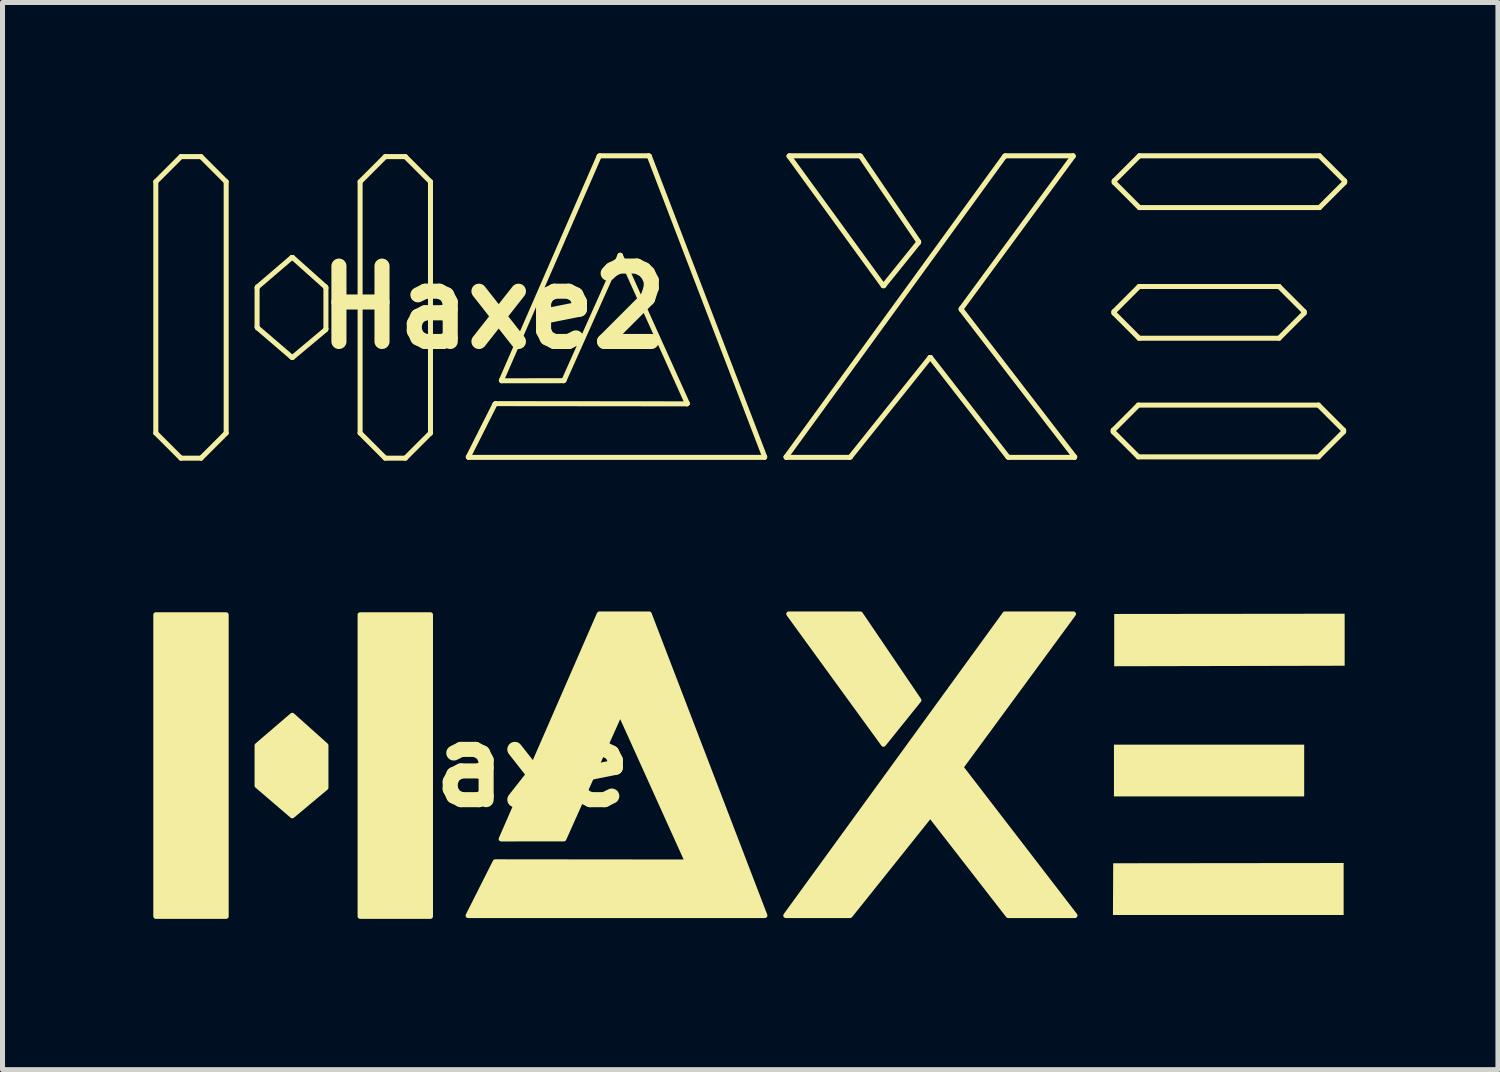
<source format=kicad_pcb>
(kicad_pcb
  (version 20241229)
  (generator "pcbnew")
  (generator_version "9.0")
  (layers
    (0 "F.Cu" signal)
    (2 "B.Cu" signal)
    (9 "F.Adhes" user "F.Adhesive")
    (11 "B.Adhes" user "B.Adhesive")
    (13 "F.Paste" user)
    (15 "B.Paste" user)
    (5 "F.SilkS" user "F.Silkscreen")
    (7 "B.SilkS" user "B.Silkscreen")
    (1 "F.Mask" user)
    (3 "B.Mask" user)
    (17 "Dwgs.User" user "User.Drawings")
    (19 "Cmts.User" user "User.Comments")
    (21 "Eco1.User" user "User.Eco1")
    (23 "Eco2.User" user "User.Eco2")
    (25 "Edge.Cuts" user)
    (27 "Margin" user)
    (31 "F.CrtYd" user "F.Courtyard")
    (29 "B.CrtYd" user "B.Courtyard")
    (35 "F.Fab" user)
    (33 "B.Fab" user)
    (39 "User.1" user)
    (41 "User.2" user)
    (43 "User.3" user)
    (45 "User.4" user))
  (footprint "Haxe2"
    (layer "F.Cu")
    (at 6.765 3.066)
    (property "Reference" "Haxe2" (at 0 0 0) (layer "F.SilkS") (effects (font (size 1.5 1.5) (thickness 0.3))))
    (attr board_only exclude_from_pos_files exclude_from_bom)
    (fp_line (start -6.715 -2.5) (end -6.215 -3) (stroke (width 0.1) (type default)) (layer "F.SilkS"))
    (fp_line (start -6.715 2.5) (end -6.715 -2.5) (stroke (width 0.1) (type default)) (layer "F.SilkS"))
    (fp_line (start -6.215 -3) (end -5.815 -3) (stroke (width 0.1) (type default)) (layer "F.SilkS"))
    (fp_line (start -6.215 3) (end -6.715 2.5) (stroke (width 0.1) (type default)) (layer "F.SilkS"))
    (fp_line (start -6.215 3) (end -5.815 3) (stroke (width 0.1) (type default)) (layer "F.SilkS"))
    (fp_line (start -5.815 -3) (end -5.315 -2.5) (stroke (width 0.1) (type default)) (layer "F.SilkS"))
    (fp_line (start -5.815 3) (end -5.315 2.5) (stroke (width 0.1) (type default)) (layer "F.SilkS"))
    (fp_line (start -5.315 2.5) (end -5.315 -2.5) (stroke (width 0.1) (type default)) (layer "F.SilkS"))
    (fp_line (start -4.7 -0.39) (end -4.7 0.39) (stroke (width 0.1) (type default)) (layer "F.SilkS"))
    (fp_line (start -4.7 -0.39) (end -4.692 -0.407) (stroke (width 0.1) (type default)) (layer "F.SilkS"))
    (fp_line (start -4.7 0.39) (end -4.692 0.407) (stroke (width 0.1) (type default)) (layer "F.SilkS"))
    (fp_line (start -4.008 -0.993) (end -4.692 -0.407) (stroke (width 0.1) (type default)) (layer "F.SilkS"))
    (fp_line (start -4.008 0.993) (end -4.692 0.407) (stroke (width 0.1) (type default)) (layer "F.SilkS"))
    (fp_line (start -3.993 -0.993) (end -4.008 -0.993) (stroke (width 0.1) (type default)) (layer "F.SilkS"))
    (fp_line (start -3.992 0.994) (end -4.008 0.993) (stroke (width 0.1) (type default)) (layer "F.SilkS"))
    (fp_line (start -3.338 0.446) (end -3.992 0.994) (stroke (width 0.1) (type default)) (layer "F.SilkS"))
    (fp_line (start -3.338 0.446) (end -3.33 0.43) (stroke (width 0.1) (type default)) (layer "F.SilkS"))
    (fp_line (start -3.337 -0.407) (end -3.993 -0.993) (stroke (width 0.1) (type default)) (layer "F.SilkS"))
    (fp_line (start -3.337 -0.407) (end -3.33 -0.39) (stroke (width 0.1) (type default)) (layer "F.SilkS"))
    (fp_line (start -3.33 -0.39) (end -3.33 0.43) (stroke (width 0.1) (type default)) (layer "F.SilkS"))
    (fp_line (start -2.65 -2.5) (end -2.15 -3) (stroke (width 0.1) (type default)) (layer "F.SilkS"))
    (fp_line (start -2.65 2.5) (end -2.65 -2.5) (stroke (width 0.1) (type default)) (layer "F.SilkS"))
    (fp_line (start -2.15 3) (end -2.65 2.5) (stroke (width 0.1) (type default)) (layer "F.SilkS"))
    (fp_line (start -1.75 -3) (end -2.15 -3) (stroke (width 0.1) (type default)) (layer "F.SilkS"))
    (fp_line (start -1.75 3) (end -2.15 3) (stroke (width 0.1) (type default)) (layer "F.SilkS"))
    (fp_line (start -1.75 3) (end -1.25 2.5) (stroke (width 0.1) (type default)) (layer "F.SilkS"))
    (fp_line (start -1.25 -2.5) (end -1.75 -3) (stroke (width 0.1) (type default)) (layer "F.SilkS"))
    (fp_line (start -1.25 2.5) (end -1.25 -2.5) (stroke (width 0.1) (type default)) (layer "F.SilkS"))
    (fp_line (start -0.497 2.975) (end -0.491 2.984) (stroke (width 0.1) (type default)) (layer "F.SilkS"))
    (fp_line (start -0.491 2.984) (end 5.394 2.984) (stroke (width 0.1) (type default)) (layer "F.SilkS"))
    (fp_line (start 0.033 1.923) (end -0.497 2.975) (stroke (width 0.1) (type default)) (layer "F.SilkS"))
    (fp_line (start 0.033 1.923) (end 0.048 1.915) (stroke (width 0.1) (type default)) (layer "F.SilkS"))
    (fp_line (start 0.048 1.915) (end 3.854 1.919) (stroke (width 0.1) (type default)) (layer "F.SilkS"))
    (fp_line (start 0.161 1.451) (end 0.167 1.46) (stroke (width 0.1) (type default)) (layer "F.SilkS"))
    (fp_line (start 0.167 1.46) (end 1.394 1.459) (stroke (width 0.1) (type default)) (layer "F.SilkS"))
    (fp_line (start 1.394 1.459) (end 1.408 1.45) (stroke (width 0.1) (type default)) (layer "F.SilkS"))
    (fp_line (start 2.105 -3.007) (end 0.161 1.451) (stroke (width 0.1) (type default)) (layer "F.SilkS"))
    (fp_line (start 2.119 -3.016) (end 2.105 -3.007) (stroke (width 0.1) (type default)) (layer "F.SilkS"))
    (fp_line (start 2.119 -3.016) (end 3.092 -3.016) (stroke (width 0.1) (type default)) (layer "F.SilkS"))
    (fp_line (start 2.521 -1.036) (end 1.408 1.45) (stroke (width 0.1) (type default)) (layer "F.SilkS"))
    (fp_line (start 2.529 -1.036) (end 2.521 -1.036) (stroke (width 0.1) (type default)) (layer "F.SilkS"))
    (fp_line (start 3.092 -3.016) (end 3.106 -3.007) (stroke (width 0.1) (type default)) (layer "F.SilkS"))
    (fp_line (start 3.106 -3.007) (end 5.4 2.975) (stroke (width 0.1) (type default)) (layer "F.SilkS"))
    (fp_line (start 3.86 1.91) (end 2.529 -1.036) (stroke (width 0.1) (type default)) (layer "F.SilkS"))
    (fp_line (start 3.86 1.91) (end 3.854 1.919) (stroke (width 0.1) (type default)) (layer "F.SilkS"))
    (fp_line (start 5.4 2.975) (end 5.394 2.984) (stroke (width 0.1) (type default)) (layer "F.SilkS"))
    (fp_line (start 5.825 2.976) (end 5.829 2.984) (stroke (width 0.1) (type default)) (layer "F.SilkS"))
    (fp_line (start 5.829 2.984) (end 7.089 2.984) (stroke (width 0.1) (type default)) (layer "F.SilkS"))
    (fp_line (start 5.885 -3.008) (end 5.889 -3.016) (stroke (width 0.1) (type default)) (layer "F.SilkS"))
    (fp_line (start 5.885 -3.008) (end 7.757 -0.432) (stroke (width 0.1) (type default)) (layer "F.SilkS"))
    (fp_line (start 7.105 2.976) (end 7.089 2.984) (stroke (width 0.1) (type default)) (layer "F.SilkS"))
    (fp_line (start 7.294 -3.016) (end 5.889 -3.016) (stroke (width 0.1) (type default)) (layer "F.SilkS"))
    (fp_line (start 7.309 -3.008) (end 7.294 -3.016) (stroke (width 0.1) (type default)) (layer "F.SilkS"))
    (fp_line (start 7.309 -3.008) (end 8.463 -1.308) (stroke (width 0.1) (type default)) (layer "F.SilkS"))
    (fp_line (start 7.757 -0.432) (end 7.769 -0.432) (stroke (width 0.1) (type default)) (layer "F.SilkS"))
    (fp_line (start 8.462 -1.292) (end 7.769 -0.432) (stroke (width 0.1) (type default)) (layer "F.SilkS"))
    (fp_line (start 8.463 -1.308) (end 8.462 -1.292) (stroke (width 0.1) (type default)) (layer "F.SilkS"))
    (fp_line (start 8.688 0.997) (end 7.105 2.976) (stroke (width 0.1) (type default)) (layer "F.SilkS"))
    (fp_line (start 8.7 0.997) (end 8.688 0.997) (stroke (width 0.1) (type default)) (layer "F.SilkS"))
    (fp_line (start 9.31 0.026) (end 9.31 0.042) (stroke (width 0.1) (type default)) (layer "F.SilkS"))
    (fp_line (start 9.31 0.042) (end 11.568 2.976) (stroke (width 0.1) (type default)) (layer "F.SilkS"))
    (fp_line (start 10.173 -3.008) (end 5.825 2.976) (stroke (width 0.1) (type default)) (layer "F.SilkS"))
    (fp_line (start 10.173 -3.008) (end 10.189 -3.016) (stroke (width 0.1) (type default)) (layer "F.SilkS"))
    (fp_line (start 10.189 -3.016) (end 11.534 -3.016) (stroke (width 0.1) (type default)) (layer "F.SilkS"))
    (fp_line (start 10.238 2.976) (end 8.7 0.997) (stroke (width 0.1) (type default)) (layer "F.SilkS"))
    (fp_line (start 10.254 2.984) (end 10.238 2.976) (stroke (width 0.1) (type default)) (layer "F.SilkS"))
    (fp_line (start 11.538 -3.008) (end 9.31 0.026) (stroke (width 0.1) (type default)) (layer "F.SilkS"))
    (fp_line (start 11.538 -3.008) (end 11.534 -3.016) (stroke (width 0.1) (type default)) (layer "F.SilkS"))
    (fp_line (start 11.564 2.984) (end 10.254 2.984) (stroke (width 0.1) (type default)) (layer "F.SilkS"))
    (fp_line (start 11.568 2.976) (end 11.564 2.984) (stroke (width 0.1) (type default)) (layer "F.SilkS"))
    (fp_line (start 12.334 2.474) (end 12.334 2.444) (stroke (width 0.1) (type default)) (layer "F.SilkS"))
    (fp_line (start 12.349 0.084) (end 12.349 0.114) (stroke (width 0.1) (type default)) (layer "F.SilkS"))
    (fp_line (start 12.349 0.084) (end 12.849 -0.416) (stroke (width 0.1) (type default)) (layer "F.SilkS"))
    (fp_line (start 12.349 0.114) (end 12.849 0.614) (stroke (width 0.1) (type default)) (layer "F.SilkS"))
    (fp_line (start 12.354 -2.516) (end 12.354 -2.486) (stroke (width 0.1) (type default)) (layer "F.SilkS"))
    (fp_line (start 12.834 1.944) (end 12.334 2.444) (stroke (width 0.1) (type default)) (layer "F.SilkS"))
    (fp_line (start 12.834 1.944) (end 16.419 1.944) (stroke (width 0.1) (type default)) (layer "F.SilkS"))
    (fp_line (start 12.834 2.974) (end 12.334 2.474) (stroke (width 0.1) (type default)) (layer "F.SilkS"))
    (fp_line (start 12.834 2.974) (end 16.419 2.974) (stroke (width 0.1) (type default)) (layer "F.SilkS"))
    (fp_line (start 12.854 -3.016) (end 12.354 -2.516) (stroke (width 0.1) (type default)) (layer "F.SilkS"))
    (fp_line (start 12.854 -1.986) (end 12.354 -2.486) (stroke (width 0.1) (type default)) (layer "F.SilkS"))
    (fp_line (start 15.634 -0.416) (end 12.849 -0.416) (stroke (width 0.1) (type default)) (layer "F.SilkS"))
    (fp_line (start 15.634 0.614) (end 12.849 0.614) (stroke (width 0.1) (type default)) (layer "F.SilkS"))
    (fp_line (start 16.134 0.084) (end 15.634 -0.416) (stroke (width 0.1) (type default)) (layer "F.SilkS"))
    (fp_line (start 16.134 0.084) (end 16.134 0.114) (stroke (width 0.1) (type default)) (layer "F.SilkS"))
    (fp_line (start 16.134 0.114) (end 15.634 0.614) (stroke (width 0.1) (type default)) (layer "F.SilkS"))
    (fp_line (start 16.419 1.944) (end 16.919 2.444) (stroke (width 0.1) (type default)) (layer "F.SilkS"))
    (fp_line (start 16.419 2.974) (end 16.919 2.474) (stroke (width 0.1) (type default)) (layer "F.SilkS"))
    (fp_line (start 16.439 -3.016) (end 12.854 -3.016) (stroke (width 0.1) (type default)) (layer "F.SilkS"))
    (fp_line (start 16.439 -3.016) (end 16.939 -2.516) (stroke (width 0.1) (type default)) (layer "F.SilkS"))
    (fp_line (start 16.439 -1.986) (end 12.854 -1.986) (stroke (width 0.1) (type default)) (layer "F.SilkS"))
    (fp_line (start 16.919 2.474) (end 16.919 2.444) (stroke (width 0.1) (type default)) (layer "F.SilkS"))
    (fp_line (start 16.939 -2.516) (end 16.939 -2.486) (stroke (width 0.1) (type default)) (layer "F.SilkS"))
    (fp_line (start 16.939 -2.486) (end 16.439 -1.986) (stroke (width 0.1) (type default)) (layer "F.SilkS")))
  (footprint "Haxe"
    (layer "F.Cu")
    (at 6.765 12.182)
    (property "Reference" "Haxe" (at 0 0 0) (layer "F.SilkS") (effects (font (size 1.5 1.5) (thickness 0.3))))
    (attr board_only exclude_from_pos_files exclude_from_bom)
    (fp_rect (start -6.715 -3) (end -5.315 3) (stroke (width 0.1) (type solid)) (fill yes) (layer "F.SilkS"))
    (fp_rect (start -2.65 -3) (end -1.25 3) (stroke (width 0.1) (type solid)) (fill yes) (layer "F.SilkS"))
    (fp_poly (pts (xy 5.879 -3.016) (xy 7.304 -3.016) (xy 8.468 -1.3) (xy 7.763 -0.424)) (stroke (width 0.1) (type solid)) (fill yes) (layer "F.SilkS"))
    (fp_poly (pts (xy 16.134 -0.416) (xy 16.134 0.614) (xy 12.349 0.614) (xy 12.349 -0.416)) (stroke (width 0) (type solid)) (fill yes) (layer "F.SilkS"))
    (fp_poly (pts (xy 16.919 1.939) (xy 16.919 2.974) (xy 12.329 2.974) (xy 12.334 1.944)) (stroke (width 0) (type solid)) (fill yes) (layer "F.SilkS"))
    (fp_poly (pts (xy 16.939 -3.021) (xy 16.939 -1.986) (xy 12.354 -1.976) (xy 12.354 -3.016)) (stroke (width 0) (type solid)) (fill yes) (layer "F.SilkS"))
    (fp_poly (pts (xy -4 1) (xy -3.33 0.44) (xy -3.33 -0.4) (xy -4 -1) (xy -4.7 -0.4) (xy -4.7 0.4)) (stroke (width 0.1) (type solid)) (fill yes) (layer "F.SilkS"))
    (fp_poly (pts (xy 5.819 2.984) (xy 10.179 -3.016) (xy 11.544 -3.016) (xy 9.304 0.034) (xy 11.574 2.984) (xy 10.244 2.984) (xy 8.694 0.989) (xy 7.099 2.984)) (stroke (width 0.1) (type solid)) (fill yes) (layer "F.SilkS"))
    (fp_poly (pts (xy 0.038 1.915) (xy 3.864 1.919) (xy 2.525 -1.045) (xy 1.404 1.459) (xy 0.157 1.46) (xy 2.109 -3.016) (xy 3.102 -3.016) (xy 5.404 2.984) (xy -0.501 2.984)) (stroke (width 0.1) (type solid)) (fill yes) (layer "F.SilkS")))
  (gr_rect
    (start -3 -3)
    (end 26.754 18.232)
    (stroke (width 0.1) (type default))
    (fill no)
    (layer "Edge.Cuts")))
</source>
